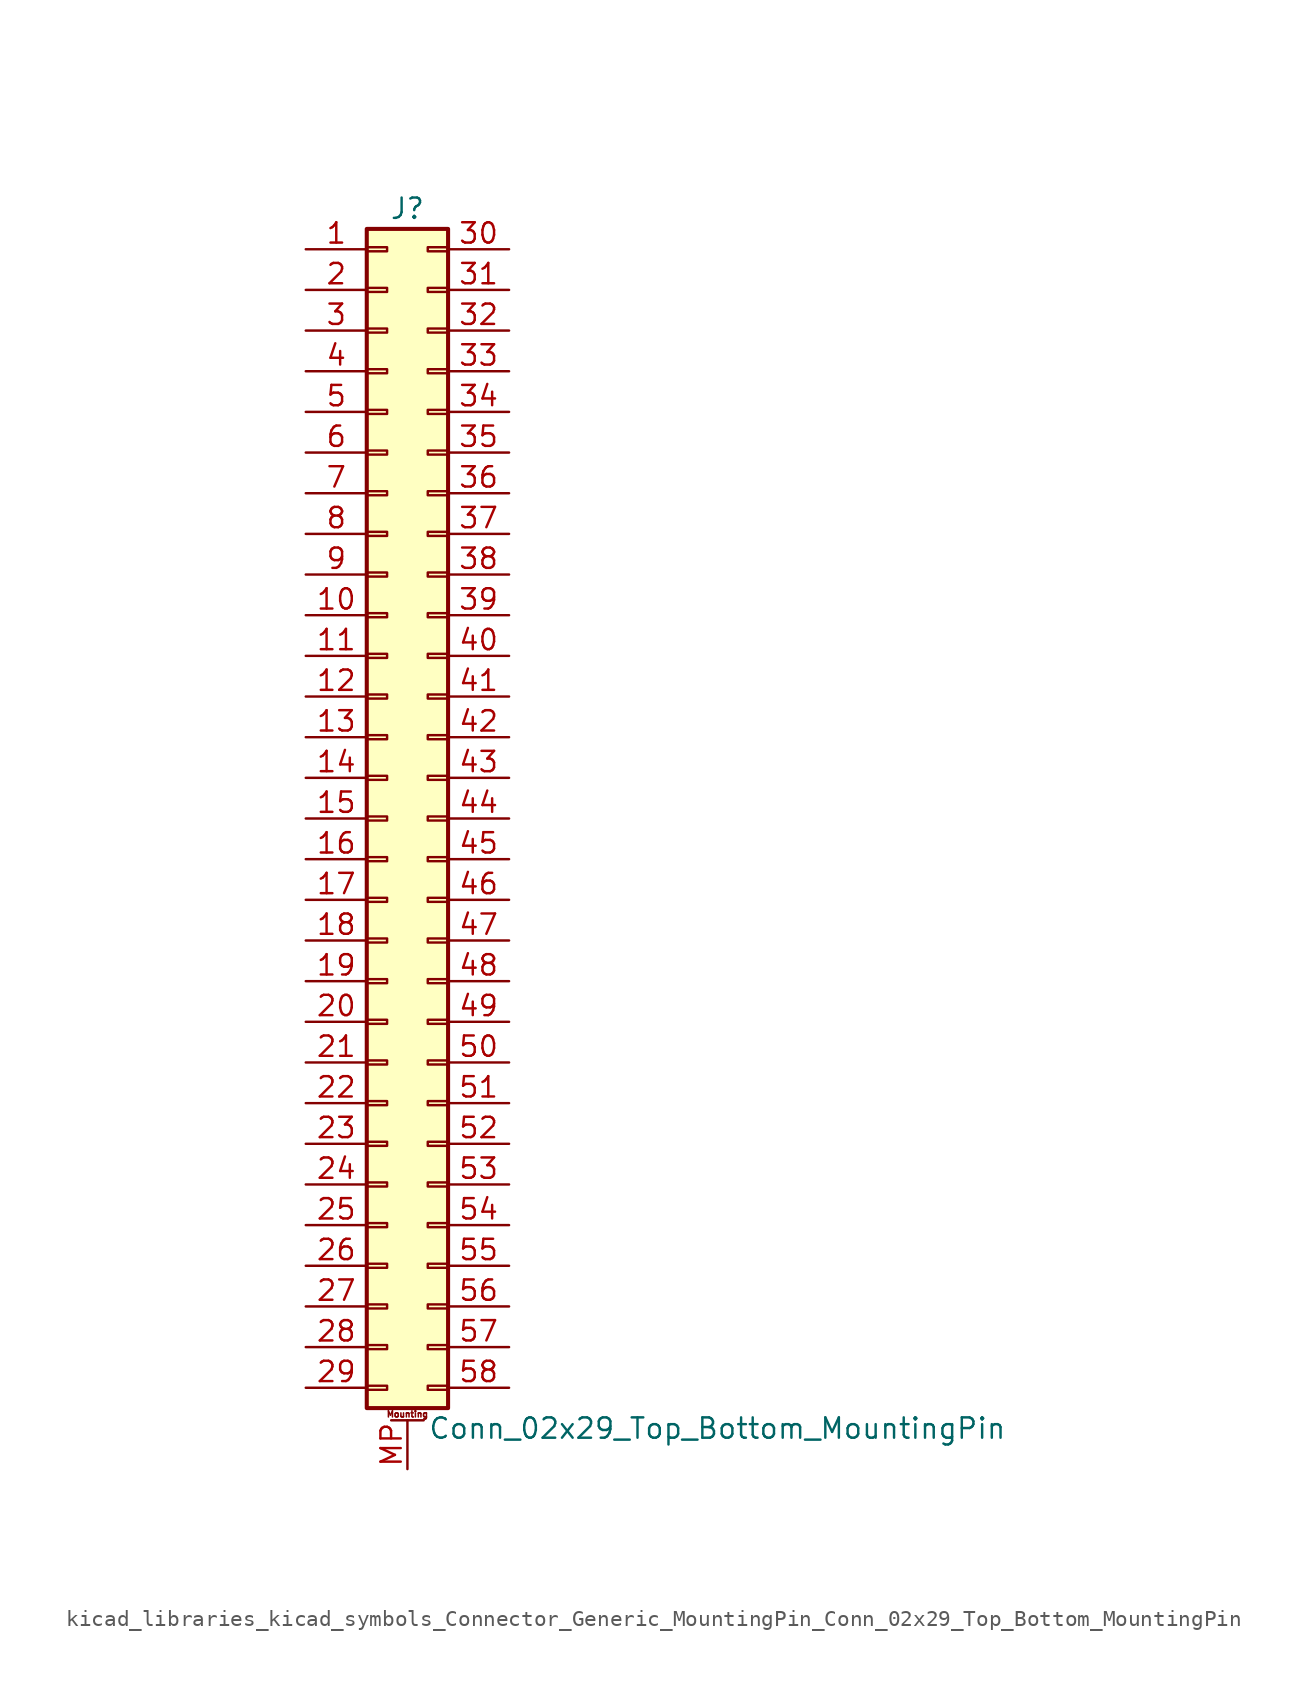
<source format=kicad_sym>
(kicad_symbol_lib
  (version 20220914)
  (generator kicad_symbol_editor)
  (symbol "kicad_libraries_kicad_symbols_Connector_Generic_MountingPin_Conn_02x29_Top_Bottom_MountingPin"
    (pin_names
      (offset 1.016) hide)
    (property "Reference" "J"
      (at 1.27 38.1 0)
      (effects (font (size 1.27 1.27))))
    (property "Value" "Conn_02x29_Top_Bottom_MountingPin"
      (at 2.54 -38.1 0)
      (effects (font (size 1.27 1.27)) (justify left)))
    (symbol "kicad_libraries_kicad_symbols_Connector_Generic_MountingPin_Conn_02x29_Top_Bottom_MountingPin_1_1"
      (rectangle (start -1.27 -35.433) (end 0 -35.687) (stroke (width 0.152) (type default)) (fill (type none)))
      (rectangle (start -1.27 -32.893) (end 0 -33.147) (stroke (width 0.152) (type default)) (fill (type none)))
      (rectangle (start -1.27 -30.353) (end 0 -30.607) (stroke (width 0.152) (type default)) (fill (type none)))
      (rectangle (start -1.27 -27.813) (end 0 -28.067) (stroke (width 0.152) (type default)) (fill (type none)))
      (rectangle (start -1.27 -25.273) (end 0 -25.527) (stroke (width 0.152) (type default)) (fill (type none)))
      (rectangle (start -1.27 -22.733) (end 0 -22.987) (stroke (width 0.152) (type default)) (fill (type none)))
      (rectangle (start -1.27 -20.193) (end 0 -20.447) (stroke (width 0.152) (type default)) (fill (type none)))
      (rectangle (start -1.27 -17.653) (end 0 -17.907) (stroke (width 0.152) (type default)) (fill (type none)))
      (rectangle (start -1.27 -15.113) (end 0 -15.367) (stroke (width 0.152) (type default)) (fill (type none)))
      (rectangle (start -1.27 -12.573) (end 0 -12.827) (stroke (width 0.152) (type default)) (fill (type none)))
      (rectangle (start -1.27 -10.033) (end 0 -10.287) (stroke (width 0.152) (type default)) (fill (type none)))
      (rectangle (start -1.27 -7.493) (end 0 -7.747) (stroke (width 0.152) (type default)) (fill (type none)))
      (rectangle (start -1.27 -4.953) (end 0 -5.207) (stroke (width 0.152) (type default)) (fill (type none)))
      (rectangle (start -1.27 -2.413) (end 0 -2.667) (stroke (width 0.152) (type default)) (fill (type none)))
      (rectangle (start -1.27 0.127) (end 0 -0.127) (stroke (width 0.152) (type default)) (fill (type none)))
      (rectangle (start -1.27 2.667) (end 0 2.413) (stroke (width 0.152) (type default)) (fill (type none)))
      (rectangle (start -1.27 5.207) (end 0 4.953) (stroke (width 0.152) (type default)) (fill (type none)))
      (rectangle (start -1.27 7.747) (end 0 7.493) (stroke (width 0.152) (type default)) (fill (type none)))
      (rectangle (start -1.27 10.287) (end 0 10.033) (stroke (width 0.152) (type default)) (fill (type none)))
      (rectangle (start -1.27 12.827) (end 0 12.573) (stroke (width 0.152) (type default)) (fill (type none)))
      (rectangle (start -1.27 15.367) (end 0 15.113) (stroke (width 0.152) (type default)) (fill (type none)))
      (rectangle (start -1.27 17.907) (end 0 17.653) (stroke (width 0.152) (type default)) (fill (type none)))
      (rectangle (start -1.27 20.447) (end 0 20.193) (stroke (width 0.152) (type default)) (fill (type none)))
      (rectangle (start -1.27 22.987) (end 0 22.733) (stroke (width 0.152) (type default)) (fill (type none)))
      (rectangle (start -1.27 25.527) (end 0 25.273) (stroke (width 0.152) (type default)) (fill (type none)))
      (rectangle (start -1.27 28.067) (end 0 27.813) (stroke (width 0.152) (type default)) (fill (type none)))
      (rectangle (start -1.27 30.607) (end 0 30.353) (stroke (width 0.152) (type default)) (fill (type none)))
      (rectangle (start -1.27 33.147) (end 0 32.893) (stroke (width 0.152) (type default)) (fill (type none)))
      (rectangle (start -1.27 35.687) (end 0 35.433) (stroke (width 0.152) (type default)) (fill (type none)))
      (rectangle (start -1.27 36.83) (end 3.81 -36.83) (stroke (width 0.254) (type default)) (fill (type background)))
      (polyline (pts (xy 0.254 -37.592) (xy 2.286 -37.592)) (stroke (width 0.152) (type default)) (fill (type none)))
      (rectangle (start 3.81 -35.433) (end 2.54 -35.687) (stroke (width 0.152) (type default)) (fill (type none)))
      (rectangle (start 3.81 -32.893) (end 2.54 -33.147) (stroke (width 0.152) (type default)) (fill (type none)))
      (rectangle (start 3.81 -30.353) (end 2.54 -30.607) (stroke (width 0.152) (type default)) (fill (type none)))
      (rectangle (start 3.81 -27.813) (end 2.54 -28.067) (stroke (width 0.152) (type default)) (fill (type none)))
      (rectangle (start 3.81 -25.273) (end 2.54 -25.527) (stroke (width 0.152) (type default)) (fill (type none)))
      (rectangle (start 3.81 -22.733) (end 2.54 -22.987) (stroke (width 0.152) (type default)) (fill (type none)))
      (rectangle (start 3.81 -20.193) (end 2.54 -20.447) (stroke (width 0.152) (type default)) (fill (type none)))
      (rectangle (start 3.81 -17.653) (end 2.54 -17.907) (stroke (width 0.152) (type default)) (fill (type none)))
      (rectangle (start 3.81 -15.113) (end 2.54 -15.367) (stroke (width 0.152) (type default)) (fill (type none)))
      (rectangle (start 3.81 -12.573) (end 2.54 -12.827) (stroke (width 0.152) (type default)) (fill (type none)))
      (rectangle (start 3.81 -10.033) (end 2.54 -10.287) (stroke (width 0.152) (type default)) (fill (type none)))
      (rectangle (start 3.81 -7.493) (end 2.54 -7.747) (stroke (width 0.152) (type default)) (fill (type none)))
      (rectangle (start 3.81 -4.953) (end 2.54 -5.207) (stroke (width 0.152) (type default)) (fill (type none)))
      (rectangle (start 3.81 -2.413) (end 2.54 -2.667) (stroke (width 0.152) (type default)) (fill (type none)))
      (rectangle (start 3.81 0.127) (end 2.54 -0.127) (stroke (width 0.152) (type default)) (fill (type none)))
      (rectangle (start 3.81 2.667) (end 2.54 2.413) (stroke (width 0.152) (type default)) (fill (type none)))
      (rectangle (start 3.81 5.207) (end 2.54 4.953) (stroke (width 0.152) (type default)) (fill (type none)))
      (rectangle (start 3.81 7.747) (end 2.54 7.493) (stroke (width 0.152) (type default)) (fill (type none)))
      (rectangle (start 3.81 10.287) (end 2.54 10.033) (stroke (width 0.152) (type default)) (fill (type none)))
      (rectangle (start 3.81 12.827) (end 2.54 12.573) (stroke (width 0.152) (type default)) (fill (type none)))
      (rectangle (start 3.81 15.367) (end 2.54 15.113) (stroke (width 0.152) (type default)) (fill (type none)))
      (rectangle (start 3.81 17.907) (end 2.54 17.653) (stroke (width 0.152) (type default)) (fill (type none)))
      (rectangle (start 3.81 20.447) (end 2.54 20.193) (stroke (width 0.152) (type default)) (fill (type none)))
      (rectangle (start 3.81 22.987) (end 2.54 22.733) (stroke (width 0.152) (type default)) (fill (type none)))
      (rectangle (start 3.81 25.527) (end 2.54 25.273) (stroke (width 0.152) (type default)) (fill (type none)))
      (rectangle (start 3.81 28.067) (end 2.54 27.813) (stroke (width 0.152) (type default)) (fill (type none)))
      (rectangle (start 3.81 30.607) (end 2.54 30.353) (stroke (width 0.152) (type default)) (fill (type none)))
      (rectangle (start 3.81 33.147) (end 2.54 32.893) (stroke (width 0.152) (type default)) (fill (type none)))
      (rectangle (start 3.81 35.687) (end 2.54 35.433) (stroke (width 0.152) (type default)) (fill (type none)))
      (text "Mounting" (at 1.27 -37.211 0) (effects (font (size 0.381 0.381))))
      (pin passive line (at -5.08 35.56 0) (length 3.81) (name "Pin_1" (effects (font (size 1.27 1.27)))) (number "1" (effects (font (size 1.27 1.27)))))
      (pin passive line (at -5.08 12.7 0) (length 3.81) (name "Pin_10" (effects (font (size 1.27 1.27)))) (number "10" (effects (font (size 1.27 1.27)))))
      (pin passive line (at -5.08 10.16 0) (length 3.81) (name "Pin_11" (effects (font (size 1.27 1.27)))) (number "11" (effects (font (size 1.27 1.27)))))
      (pin passive line (at -5.08 7.62 0) (length 3.81) (name "Pin_12" (effects (font (size 1.27 1.27)))) (number "12" (effects (font (size 1.27 1.27)))))
      (pin passive line (at -5.08 5.08 0) (length 3.81) (name "Pin_13" (effects (font (size 1.27 1.27)))) (number "13" (effects (font (size 1.27 1.27)))))
      (pin passive line (at -5.08 2.54 0) (length 3.81) (name "Pin_14" (effects (font (size 1.27 1.27)))) (number "14" (effects (font (size 1.27 1.27)))))
      (pin passive line (at -5.08 0 0) (length 3.81) (name "Pin_15" (effects (font (size 1.27 1.27)))) (number "15" (effects (font (size 1.27 1.27)))))
      (pin passive line (at -5.08 -2.54 0) (length 3.81) (name "Pin_16" (effects (font (size 1.27 1.27)))) (number "16" (effects (font (size 1.27 1.27)))))
      (pin passive line (at -5.08 -5.08 0) (length 3.81) (name "Pin_17" (effects (font (size 1.27 1.27)))) (number "17" (effects (font (size 1.27 1.27)))))
      (pin passive line (at -5.08 -7.62 0) (length 3.81) (name "Pin_18" (effects (font (size 1.27 1.27)))) (number "18" (effects (font (size 1.27 1.27)))))
      (pin passive line (at -5.08 -10.16 0) (length 3.81) (name "Pin_19" (effects (font (size 1.27 1.27)))) (number "19" (effects (font (size 1.27 1.27)))))
      (pin passive line (at -5.08 33.02 0) (length 3.81) (name "Pin_2" (effects (font (size 1.27 1.27)))) (number "2" (effects (font (size 1.27 1.27)))))
      (pin passive line (at -5.08 -12.7 0) (length 3.81) (name "Pin_20" (effects (font (size 1.27 1.27)))) (number "20" (effects (font (size 1.27 1.27)))))
      (pin passive line (at -5.08 -15.24 0) (length 3.81) (name "Pin_21" (effects (font (size 1.27 1.27)))) (number "21" (effects (font (size 1.27 1.27)))))
      (pin passive line (at -5.08 -17.78 0) (length 3.81) (name "Pin_22" (effects (font (size 1.27 1.27)))) (number "22" (effects (font (size 1.27 1.27)))))
      (pin passive line (at -5.08 -20.32 0) (length 3.81) (name "Pin_23" (effects (font (size 1.27 1.27)))) (number "23" (effects (font (size 1.27 1.27)))))
      (pin passive line (at -5.08 -22.86 0) (length 3.81) (name "Pin_24" (effects (font (size 1.27 1.27)))) (number "24" (effects (font (size 1.27 1.27)))))
      (pin passive line (at -5.08 -25.4 0) (length 3.81) (name "Pin_25" (effects (font (size 1.27 1.27)))) (number "25" (effects (font (size 1.27 1.27)))))
      (pin passive line (at -5.08 -27.94 0) (length 3.81) (name "Pin_26" (effects (font (size 1.27 1.27)))) (number "26" (effects (font (size 1.27 1.27)))))
      (pin passive line (at -5.08 -30.48 0) (length 3.81) (name "Pin_27" (effects (font (size 1.27 1.27)))) (number "27" (effects (font (size 1.27 1.27)))))
      (pin passive line (at -5.08 -33.02 0) (length 3.81) (name "Pin_28" (effects (font (size 1.27 1.27)))) (number "28" (effects (font (size 1.27 1.27)))))
      (pin passive line (at -5.08 -35.56 0) (length 3.81) (name "Pin_29" (effects (font (size 1.27 1.27)))) (number "29" (effects (font (size 1.27 1.27)))))
      (pin passive line (at -5.08 30.48 0) (length 3.81) (name "Pin_3" (effects (font (size 1.27 1.27)))) (number "3" (effects (font (size 1.27 1.27)))))
      (pin passive line (at 7.62 35.56 180) (length 3.81) (name "Pin_30" (effects (font (size 1.27 1.27)))) (number "30" (effects (font (size 1.27 1.27)))))
      (pin passive line (at 7.62 33.02 180) (length 3.81) (name "Pin_31" (effects (font (size 1.27 1.27)))) (number "31" (effects (font (size 1.27 1.27)))))
      (pin passive line (at 7.62 30.48 180) (length 3.81) (name "Pin_32" (effects (font (size 1.27 1.27)))) (number "32" (effects (font (size 1.27 1.27)))))
      (pin passive line (at 7.62 27.94 180) (length 3.81) (name "Pin_33" (effects (font (size 1.27 1.27)))) (number "33" (effects (font (size 1.27 1.27)))))
      (pin passive line (at 7.62 25.4 180) (length 3.81) (name "Pin_34" (effects (font (size 1.27 1.27)))) (number "34" (effects (font (size 1.27 1.27)))))
      (pin passive line (at 7.62 22.86 180) (length 3.81) (name "Pin_35" (effects (font (size 1.27 1.27)))) (number "35" (effects (font (size 1.27 1.27)))))
      (pin passive line (at 7.62 20.32 180) (length 3.81) (name "Pin_36" (effects (font (size 1.27 1.27)))) (number "36" (effects (font (size 1.27 1.27)))))
      (pin passive line (at 7.62 17.78 180) (length 3.81) (name "Pin_37" (effects (font (size 1.27 1.27)))) (number "37" (effects (font (size 1.27 1.27)))))
      (pin passive line (at 7.62 15.24 180) (length 3.81) (name "Pin_38" (effects (font (size 1.27 1.27)))) (number "38" (effects (font (size 1.27 1.27)))))
      (pin passive line (at 7.62 12.7 180) (length 3.81) (name "Pin_39" (effects (font (size 1.27 1.27)))) (number "39" (effects (font (size 1.27 1.27)))))
      (pin passive line (at -5.08 27.94 0) (length 3.81) (name "Pin_4" (effects (font (size 1.27 1.27)))) (number "4" (effects (font (size 1.27 1.27)))))
      (pin passive line (at 7.62 10.16 180) (length 3.81) (name "Pin_40" (effects (font (size 1.27 1.27)))) (number "40" (effects (font (size 1.27 1.27)))))
      (pin passive line (at 7.62 7.62 180) (length 3.81) (name "Pin_41" (effects (font (size 1.27 1.27)))) (number "41" (effects (font (size 1.27 1.27)))))
      (pin passive line (at 7.62 5.08 180) (length 3.81) (name "Pin_42" (effects (font (size 1.27 1.27)))) (number "42" (effects (font (size 1.27 1.27)))))
      (pin passive line (at 7.62 2.54 180) (length 3.81) (name "Pin_43" (effects (font (size 1.27 1.27)))) (number "43" (effects (font (size 1.27 1.27)))))
      (pin passive line (at 7.62 0 180) (length 3.81) (name "Pin_44" (effects (font (size 1.27 1.27)))) (number "44" (effects (font (size 1.27 1.27)))))
      (pin passive line (at 7.62 -2.54 180) (length 3.81) (name "Pin_45" (effects (font (size 1.27 1.27)))) (number "45" (effects (font (size 1.27 1.27)))))
      (pin passive line (at 7.62 -5.08 180) (length 3.81) (name "Pin_46" (effects (font (size 1.27 1.27)))) (number "46" (effects (font (size 1.27 1.27)))))
      (pin passive line (at 7.62 -7.62 180) (length 3.81) (name "Pin_47" (effects (font (size 1.27 1.27)))) (number "47" (effects (font (size 1.27 1.27)))))
      (pin passive line (at 7.62 -10.16 180) (length 3.81) (name "Pin_48" (effects (font (size 1.27 1.27)))) (number "48" (effects (font (size 1.27 1.27)))))
      (pin passive line (at 7.62 -12.7 180) (length 3.81) (name "Pin_49" (effects (font (size 1.27 1.27)))) (number "49" (effects (font (size 1.27 1.27)))))
      (pin passive line (at -5.08 25.4 0) (length 3.81) (name "Pin_5" (effects (font (size 1.27 1.27)))) (number "5" (effects (font (size 1.27 1.27)))))
      (pin passive line (at 7.62 -15.24 180) (length 3.81) (name "Pin_50" (effects (font (size 1.27 1.27)))) (number "50" (effects (font (size 1.27 1.27)))))
      (pin passive line (at 7.62 -17.78 180) (length 3.81) (name "Pin_51" (effects (font (size 1.27 1.27)))) (number "51" (effects (font (size 1.27 1.27)))))
      (pin passive line (at 7.62 -20.32 180) (length 3.81) (name "Pin_52" (effects (font (size 1.27 1.27)))) (number "52" (effects (font (size 1.27 1.27)))))
      (pin passive line (at 7.62 -22.86 180) (length 3.81) (name "Pin_53" (effects (font (size 1.27 1.27)))) (number "53" (effects (font (size 1.27 1.27)))))
      (pin passive line (at 7.62 -25.4 180) (length 3.81) (name "Pin_54" (effects (font (size 1.27 1.27)))) (number "54" (effects (font (size 1.27 1.27)))))
      (pin passive line (at 7.62 -27.94 180) (length 3.81) (name "Pin_55" (effects (font (size 1.27 1.27)))) (number "55" (effects (font (size 1.27 1.27)))))
      (pin passive line (at 7.62 -30.48 180) (length 3.81) (name "Pin_56" (effects (font (size 1.27 1.27)))) (number "56" (effects (font (size 1.27 1.27)))))
      (pin passive line (at 7.62 -33.02 180) (length 3.81) (name "Pin_57" (effects (font (size 1.27 1.27)))) (number "57" (effects (font (size 1.27 1.27)))))
      (pin passive line (at 7.62 -35.56 180) (length 3.81) (name "Pin_58" (effects (font (size 1.27 1.27)))) (number "58" (effects (font (size 1.27 1.27)))))
      (pin passive line (at -5.08 22.86 0) (length 3.81) (name "Pin_6" (effects (font (size 1.27 1.27)))) (number "6" (effects (font (size 1.27 1.27)))))
      (pin passive line (at -5.08 20.32 0) (length 3.81) (name "Pin_7" (effects (font (size 1.27 1.27)))) (number "7" (effects (font (size 1.27 1.27)))))
      (pin passive line (at -5.08 17.78 0) (length 3.81) (name "Pin_8" (effects (font (size 1.27 1.27)))) (number "8" (effects (font (size 1.27 1.27)))))
      (pin passive line (at -5.08 15.24 0) (length 3.81) (name "Pin_9" (effects (font (size 1.27 1.27)))) (number "9" (effects (font (size 1.27 1.27)))))
      (pin passive line (at 1.27 -40.64 90) (length 3.048) (name "MountPin" (effects (font (size 1.27 1.27)))) (number "MP" (effects (font (size 1.27 1.27))))))))
</source>
